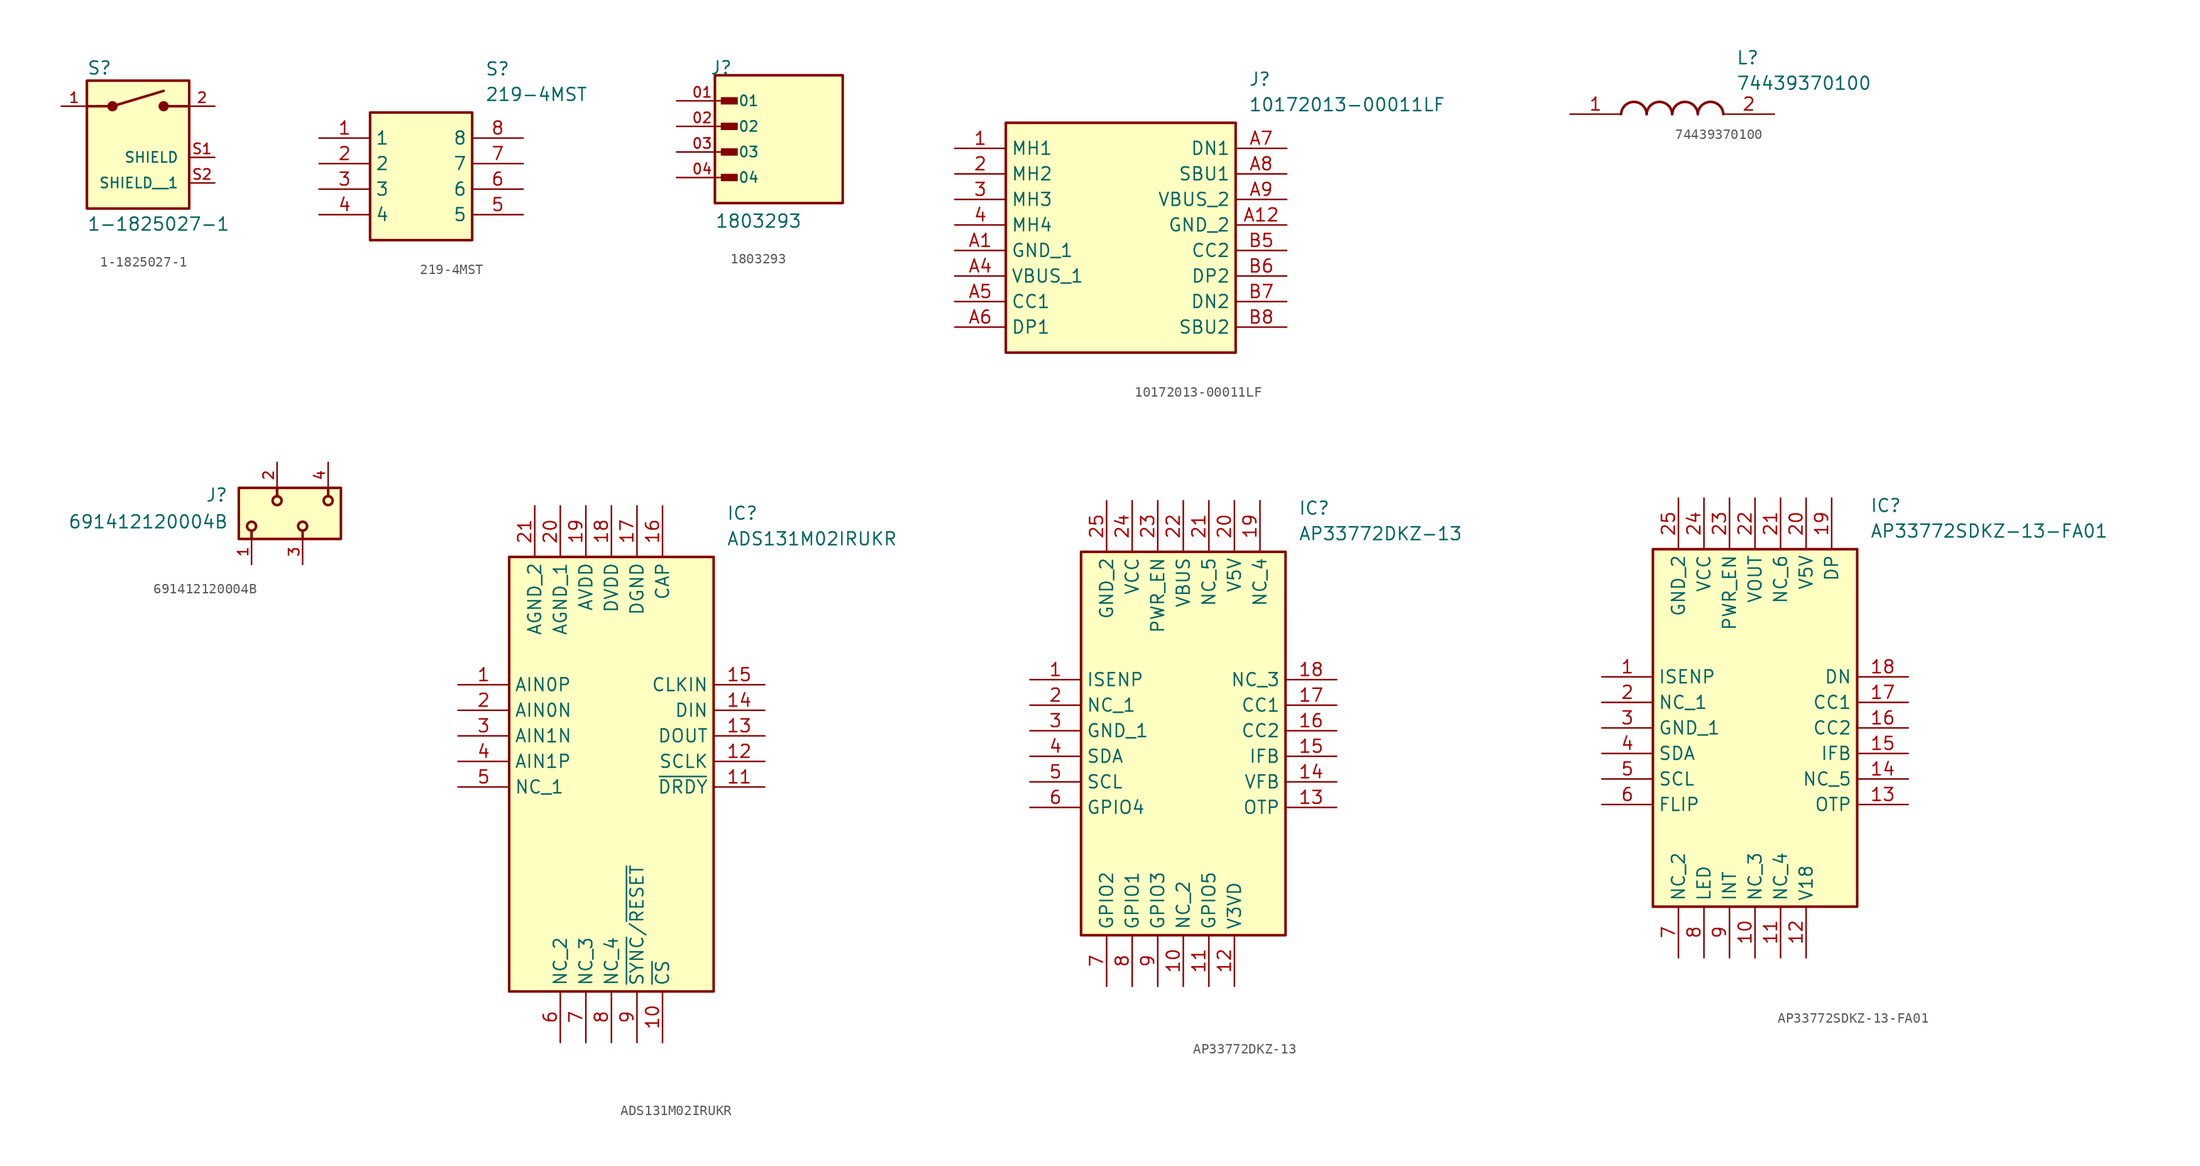
<source format=kicad_sym>
(kicad_symbol_lib
  (version 20241209)
  (generator "kicad_symbol_editor")
  (generator_version "9.0")
  (symbol "1-1825027-1"
    (pin_names
      (offset 1.016))
    (property "Reference" "S"
      (at -5.084 5.592 0)
      (effects (font (size 1.27 1.27)) (justify left bottom)))
    (property "Value" "1-1825027-1"
      (at -5.083 -9.911 0)
      (effects (font (size 1.27 1.27)) (justify left bottom)))
    (symbol "1-1825027-1_0_0"
      (polyline (pts (xy -5.08 2.54) (xy -2.54 2.54)) (stroke (width 0.254) (type default)) (fill (type none)))
      (rectangle (start -5.08 -7.62) (end 5.08 5.08) (stroke (width 0.254) (type default)) (fill (type background)))
      (circle (center -2.54 2.54) (radius 0.254) (stroke (width 0.508) (type default)) (fill (type none)))
      (polyline (pts (xy -2.54 2.54) (xy 2.54 4.064)) (stroke (width 0.254) (type default)) (fill (type none)))
      (polyline (pts (xy 2.54 2.54) (xy 5.08 2.54)) (stroke (width 0.254) (type default)) (fill (type none)))
      (circle (center 2.54 2.54) (radius 0.254) (stroke (width 0.508) (type default)) (fill (type none)))
      (pin passive line (at -7.62 2.54 0) (length 2.54) (name "~" (effects (font (size 1.016 1.016)))) (number "1" (effects (font (size 1.016 1.016)))))
      (pin passive line (at 7.62 2.54 180) (length 2.54) (name "~" (effects (font (size 1.016 1.016)))) (number "2" (effects (font (size 1.016 1.016)))))
      (pin power_in line (at 7.62 -2.54 180) (length 2.54) (name "SHIELD" (effects (font (size 1.016 1.016)))) (number "S1" (effects (font (size 1.016 1.016)))))
      (pin power_in line (at 7.62 -5.08 180) (length 2.54) (name "SHIELD__1" (effects (font (size 1.016 1.016)))) (number "S2" (effects (font (size 1.016 1.016)))))))
  (symbol "219-4MST"
    (property "Reference" "S"
      (at 16.51 7.62 0)
      (effects (font (size 1.27 1.27)) (justify left top)))
    (property "Value" "219-4MST"
      (at 16.51 5.08 0)
      (effects (font (size 1.27 1.27)) (justify left top)))
    (symbol "219-4MST_1_1"
      (rectangle (start 5.08 2.54) (end 15.24 -10.16) (stroke (width 0.254) (type default)) (fill (type background)))
      (pin passive line (at 0 0 0) (length 5.08) (name "1" (effects (font (size 1.27 1.27)))) (number "1" (effects (font (size 1.27 1.27)))))
      (pin passive line (at 0 -2.54 0) (length 5.08) (name "2" (effects (font (size 1.27 1.27)))) (number "2" (effects (font (size 1.27 1.27)))))
      (pin passive line (at 0 -5.08 0) (length 5.08) (name "3" (effects (font (size 1.27 1.27)))) (number "3" (effects (font (size 1.27 1.27)))))
      (pin passive line (at 0 -7.62 0) (length 5.08) (name "4" (effects (font (size 1.27 1.27)))) (number "4" (effects (font (size 1.27 1.27)))))
      (pin passive line (at 20.32 0 180) (length 5.08) (name "8" (effects (font (size 1.27 1.27)))) (number "8" (effects (font (size 1.27 1.27)))))
      (pin passive line (at 20.32 -2.54 180) (length 5.08) (name "7" (effects (font (size 1.27 1.27)))) (number "7" (effects (font (size 1.27 1.27)))))
      (pin passive line (at 20.32 -5.08 180) (length 5.08) (name "6" (effects (font (size 1.27 1.27)))) (number "6" (effects (font (size 1.27 1.27)))))
      (pin passive line (at 20.32 -7.62 180) (length 5.08) (name "5" (effects (font (size 1.27 1.27)))) (number "5" (effects (font (size 1.27 1.27)))))))
  (symbol "1803293"
    (pin_names
      (offset 1.016))
    (property "Reference" "J"
      (at -6.85 7.62 0)
      (effects (font (size 1.27 1.27)) (justify left bottom)))
    (property "Value" "1803293"
      (at -6.35 -7.62 0)
      (effects (font (size 1.27 1.27)) (justify left bottom)))
    (symbol "1803293_0_0"
      (rectangle (start -6.35 7.62) (end 6.35 -5.08) (stroke (width 0.254) (type default)) (fill (type background)))
      (rectangle (start -5.715 4.763) (end -4.128 5.397) (stroke (width 0.1) (type default)) (fill (type outline)))
      (rectangle (start -5.715 2.223) (end -4.128 2.857) (stroke (width 0.1) (type default)) (fill (type outline)))
      (rectangle (start -5.715 -0.318) (end -4.128 0.318) (stroke (width 0.1) (type default)) (fill (type outline)))
      (rectangle (start -5.715 -2.857) (end -4.128 -2.223) (stroke (width 0.1) (type default)) (fill (type outline)))
      (pin passive line (at -10.16 5.08 0) (length 5.08) (name "01" (effects (font (size 1.016 1.016)))) (number "01" (effects (font (size 1.016 1.016)))))
      (pin passive line (at -10.16 2.54 0) (length 5.08) (name "02" (effects (font (size 1.016 1.016)))) (number "02" (effects (font (size 1.016 1.016)))))
      (pin passive line (at -10.16 0 0) (length 5.08) (name "03" (effects (font (size 1.016 1.016)))) (number "03" (effects (font (size 1.016 1.016)))))
      (pin passive line (at -10.16 -2.54 0) (length 5.08) (name "04" (effects (font (size 1.016 1.016)))) (number "04" (effects (font (size 1.016 1.016)))))))
  (symbol "10172013-00011LF"
    (property "Reference" "J"
      (at 29.21 7.62 0)
      (effects (font (size 1.27 1.27)) (justify left top)))
    (property "Value" "10172013-00011LF"
      (at 29.21 5.08 0)
      (effects (font (size 1.27 1.27)) (justify left top)))
    (symbol "10172013-00011LF_1_1"
      (rectangle (start 5.08 2.54) (end 27.94 -20.32) (stroke (width 0.254) (type default)) (fill (type background)))
      (pin passive line (at 0 0 0) (length 5.08) (name "MH1" (effects (font (size 1.27 1.27)))) (number "1" (effects (font (size 1.27 1.27)))))
      (pin passive line (at 0 -2.54 0) (length 5.08) (name "MH2" (effects (font (size 1.27 1.27)))) (number "2" (effects (font (size 1.27 1.27)))))
      (pin passive line (at 0 -5.08 0) (length 5.08) (name "MH3" (effects (font (size 1.27 1.27)))) (number "3" (effects (font (size 1.27 1.27)))))
      (pin passive line (at 0 -7.62 0) (length 5.08) (name "MH4" (effects (font (size 1.27 1.27)))) (number "4" (effects (font (size 1.27 1.27)))))
      (pin passive line (at 0 -10.16 0) (length 5.08) (name "GND_1" (effects (font (size 1.27 1.27)))) (number "A1" (effects (font (size 1.27 1.27)))))
      (pin passive line (at 0 -12.7 0) (length 5.08) (name "VBUS_1" (effects (font (size 1.27 1.27)))) (number "A4" (effects (font (size 1.27 1.27)))))
      (pin passive line (at 0 -15.24 0) (length 5.08) (name "CC1" (effects (font (size 1.27 1.27)))) (number "A5" (effects (font (size 1.27 1.27)))))
      (pin passive line (at 0 -17.78 0) (length 5.08) (name "DP1" (effects (font (size 1.27 1.27)))) (number "A6" (effects (font (size 1.27 1.27)))))
      (pin passive line (at 33.02 0 180) (length 5.08) (name "DN1" (effects (font (size 1.27 1.27)))) (number "A7" (effects (font (size 1.27 1.27)))))
      (pin passive line (at 33.02 -2.54 180) (length 5.08) (name "SBU1" (effects (font (size 1.27 1.27)))) (number "A8" (effects (font (size 1.27 1.27)))))
      (pin passive line (at 33.02 -5.08 180) (length 5.08) (name "VBUS_2" (effects (font (size 1.27 1.27)))) (number "A9" (effects (font (size 1.27 1.27)))))
      (pin passive line (at 33.02 -7.62 180) (length 5.08) (name "GND_2" (effects (font (size 1.27 1.27)))) (number "A12" (effects (font (size 1.27 1.27)))))
      (pin passive line (at 33.02 -10.16 180) (length 5.08) (name "CC2" (effects (font (size 1.27 1.27)))) (number "B5" (effects (font (size 1.27 1.27)))))
      (pin passive line (at 33.02 -12.7 180) (length 5.08) (name "DP2" (effects (font (size 1.27 1.27)))) (number "B6" (effects (font (size 1.27 1.27)))))
      (pin passive line (at 33.02 -15.24 180) (length 5.08) (name "DN2" (effects (font (size 1.27 1.27)))) (number "B7" (effects (font (size 1.27 1.27)))))
      (pin passive line (at 33.02 -17.78 180) (length 5.08) (name "SBU2" (effects (font (size 1.27 1.27)))) (number "B8" (effects (font (size 1.27 1.27)))))))
  (symbol "74439370100"
    (pin_names
      (hide yes))
    (property "Reference" "L"
      (at 16.51 6.35 0)
      (effects (font (size 1.27 1.27)) (justify left top)))
    (property "Value" "74439370100"
      (at 16.51 3.81 0)
      (effects (font (size 1.27 1.27)) (justify left top)))
    (symbol "74439370100_1_1"
      (arc (start 5.08 0) (mid 6.35 1.219) (end 7.62 0) (stroke (width 0.254) (type default)) (fill (type none)))
      (arc (start 7.62 0) (mid 8.89 1.219) (end 10.16 0) (stroke (width 0.254) (type default)) (fill (type none)))
      (arc (start 10.16 0) (mid 11.43 1.219) (end 12.7 0) (stroke (width 0.254) (type default)) (fill (type none)))
      (arc (start 12.7 0) (mid 13.97 1.219) (end 15.24 0) (stroke (width 0.254) (type default)) (fill (type none)))
      (pin passive line (at 0 0 0) (length 5.08) (name "1" (effects (font (size 1.27 1.27)))) (number "1" (effects (font (size 1.27 1.27)))))
      (pin passive line (at 20.32 0 180) (length 5.08) (name "2" (effects (font (size 1.27 1.27)))) (number "2" (effects (font (size 1.27 1.27)))))))
  (symbol "691412120004B"
    (pin_names
      (offset 1.016))
    (property "Reference" "J"
      (at -4.88 1.078 0)
      (effects (font (size 1.27 1.27)) (justify right bottom)))
    (property "Value" "691412120004B"
      (at -4.83 -1.58 0)
      (effects (font (size 1.27 1.27)) (justify right bottom)))
    (symbol "691412120004B_0_0"
      (rectangle (start -3.81 -2.54) (end 6.35 2.54) (stroke (width 0.254) (type default)) (fill (type background)))
      (circle (center -2.54 -1.27) (radius 0.445) (stroke (width 0.254) (type default)) (fill (type none)))
      (polyline (pts (xy -2.54 -1.705) (xy -2.54 -2.54)) (stroke (width 0.254) (type default)) (fill (type none)))
      (polyline (pts (xy 0 1.705) (xy 0 2.54)) (stroke (width 0.254) (type default)) (fill (type none)))
      (circle (center 0 1.27) (radius 0.445) (stroke (width 0.254) (type default)) (fill (type none)))
      (circle (center 2.54 -1.27) (radius 0.445) (stroke (width 0.254) (type default)) (fill (type none)))
      (polyline (pts (xy 2.54 -1.705) (xy 2.54 -2.54)) (stroke (width 0.254) (type default)) (fill (type none)))
      (polyline (pts (xy 5.08 1.705) (xy 5.08 2.54)) (stroke (width 0.254) (type default)) (fill (type none)))
      (circle (center 5.08 1.27) (radius 0.445) (stroke (width 0.254) (type default)) (fill (type none)))
      (pin passive line (at -2.54 -5.08 90) (length 2.54) (name "~" (effects (font (size 1.016 1.016)))) (number "1" (effects (font (size 1.016 1.016)))))
      (pin passive line (at 0 5.08 270) (length 2.54) (name "~" (effects (font (size 1.016 1.016)))) (number "2" (effects (font (size 1.016 1.016)))))
      (pin passive line (at 2.54 -5.08 90) (length 2.54) (name "~" (effects (font (size 1.016 1.016)))) (number "3" (effects (font (size 1.016 1.016)))))
      (pin passive line (at 5.08 5.08 270) (length 2.54) (name "~" (effects (font (size 1.016 1.016)))) (number "4" (effects (font (size 1.016 1.016)))))))
  (symbol "ADS131M02IRUKR"
    (property "Reference" "IC"
      (at 26.67 17.78 0)
      (effects (font (size 1.27 1.27)) (justify left top)))
    (property "Value" "ADS131M02IRUKR"
      (at 26.67 15.24 0)
      (effects (font (size 1.27 1.27)) (justify left top)))
    (symbol "ADS131M02IRUKR_1_1"
      (rectangle (start 5.08 12.7) (end 25.4 -30.48) (stroke (width 0.254) (type default)) (fill (type background)))
      (pin passive line (at 0 0 0) (length 5.08) (name "AIN0P" (effects (font (size 1.27 1.27)))) (number "1" (effects (font (size 1.27 1.27)))))
      (pin passive line (at 0 -2.54 0) (length 5.08) (name "AIN0N" (effects (font (size 1.27 1.27)))) (number "2" (effects (font (size 1.27 1.27)))))
      (pin passive line (at 0 -5.08 0) (length 5.08) (name "AIN1N" (effects (font (size 1.27 1.27)))) (number "3" (effects (font (size 1.27 1.27)))))
      (pin passive line (at 0 -7.62 0) (length 5.08) (name "AIN1P" (effects (font (size 1.27 1.27)))) (number "4" (effects (font (size 1.27 1.27)))))
      (pin passive line (at 0 -10.16 0) (length 5.08) (name "NC_1" (effects (font (size 1.27 1.27)))) (number "5" (effects (font (size 1.27 1.27)))))
      (pin passive line (at 7.62 17.78 270) (length 5.08) (name "AGND_2" (effects (font (size 1.27 1.27)))) (number "21" (effects (font (size 1.27 1.27)))))
      (pin passive line (at 10.16 17.78 270) (length 5.08) (name "AGND_1" (effects (font (size 1.27 1.27)))) (number "20" (effects (font (size 1.27 1.27)))))
      (pin passive line (at 10.16 -35.56 90) (length 5.08) (name "NC_2" (effects (font (size 1.27 1.27)))) (number "6" (effects (font (size 1.27 1.27)))))
      (pin passive line (at 12.7 17.78 270) (length 5.08) (name "AVDD" (effects (font (size 1.27 1.27)))) (number "19" (effects (font (size 1.27 1.27)))))
      (pin passive line (at 12.7 -35.56 90) (length 5.08) (name "NC_3" (effects (font (size 1.27 1.27)))) (number "7" (effects (font (size 1.27 1.27)))))
      (pin passive line (at 15.24 17.78 270) (length 5.08) (name "DVDD" (effects (font (size 1.27 1.27)))) (number "18" (effects (font (size 1.27 1.27)))))
      (pin passive line (at 15.24 -35.56 90) (length 5.08) (name "NC_4" (effects (font (size 1.27 1.27)))) (number "8" (effects (font (size 1.27 1.27)))))
      (pin passive line (at 17.78 17.78 270) (length 5.08) (name "DGND" (effects (font (size 1.27 1.27)))) (number "17" (effects (font (size 1.27 1.27)))))
      (pin passive line (at 17.78 -35.56 90) (length 5.08) (name "~{SYNC}/~{RESET}" (effects (font (size 1.27 1.27)))) (number "9" (effects (font (size 1.27 1.27)))))
      (pin passive line (at 20.32 17.78 270) (length 5.08) (name "CAP" (effects (font (size 1.27 1.27)))) (number "16" (effects (font (size 1.27 1.27)))))
      (pin passive line (at 20.32 -35.56 90) (length 5.08) (name "~{CS}" (effects (font (size 1.27 1.27)))) (number "10" (effects (font (size 1.27 1.27)))))
      (pin passive line (at 30.48 0 180) (length 5.08) (name "CLKIN" (effects (font (size 1.27 1.27)))) (number "15" (effects (font (size 1.27 1.27)))))
      (pin passive line (at 30.48 -2.54 180) (length 5.08) (name "DIN" (effects (font (size 1.27 1.27)))) (number "14" (effects (font (size 1.27 1.27)))))
      (pin passive line (at 30.48 -5.08 180) (length 5.08) (name "DOUT" (effects (font (size 1.27 1.27)))) (number "13" (effects (font (size 1.27 1.27)))))
      (pin passive line (at 30.48 -7.62 180) (length 5.08) (name "SCLK" (effects (font (size 1.27 1.27)))) (number "12" (effects (font (size 1.27 1.27)))))
      (pin passive line (at 30.48 -10.16 180) (length 5.08) (name "~{DRDY}" (effects (font (size 1.27 1.27)))) (number "11" (effects (font (size 1.27 1.27)))))))
  (symbol "AP33772DKZ-13"
    (property "Reference" "IC"
      (at 26.67 17.78 0)
      (effects (font (size 1.27 1.27)) (justify left top)))
    (property "Value" "AP33772DKZ-13"
      (at 26.67 15.24 0)
      (effects (font (size 1.27 1.27)) (justify left top)))
    (symbol "AP33772DKZ-13_1_1"
      (rectangle (start 5.08 12.7) (end 25.4 -25.4) (stroke (width 0.254) (type default)) (fill (type background)))
      (pin passive line (at 0 0 0) (length 5.08) (name "ISENP" (effects (font (size 1.27 1.27)))) (number "1" (effects (font (size 1.27 1.27)))))
      (pin passive line (at 0 -2.54 0) (length 5.08) (name "NC_1" (effects (font (size 1.27 1.27)))) (number "2" (effects (font (size 1.27 1.27)))))
      (pin passive line (at 0 -5.08 0) (length 5.08) (name "GND_1" (effects (font (size 1.27 1.27)))) (number "3" (effects (font (size 1.27 1.27)))))
      (pin passive line (at 0 -7.62 0) (length 5.08) (name "SDA" (effects (font (size 1.27 1.27)))) (number "4" (effects (font (size 1.27 1.27)))))
      (pin passive line (at 0 -10.16 0) (length 5.08) (name "SCL" (effects (font (size 1.27 1.27)))) (number "5" (effects (font (size 1.27 1.27)))))
      (pin passive line (at 0 -12.7 0) (length 5.08) (name "GPIO4" (effects (font (size 1.27 1.27)))) (number "6" (effects (font (size 1.27 1.27)))))
      (pin passive line (at 7.62 17.78 270) (length 5.08) (name "GND_2" (effects (font (size 1.27 1.27)))) (number "25" (effects (font (size 1.27 1.27)))))
      (pin passive line (at 7.62 -30.48 90) (length 5.08) (name "GPIO2" (effects (font (size 1.27 1.27)))) (number "7" (effects (font (size 1.27 1.27)))))
      (pin passive line (at 10.16 17.78 270) (length 5.08) (name "VCC" (effects (font (size 1.27 1.27)))) (number "24" (effects (font (size 1.27 1.27)))))
      (pin passive line (at 10.16 -30.48 90) (length 5.08) (name "GPIO1" (effects (font (size 1.27 1.27)))) (number "8" (effects (font (size 1.27 1.27)))))
      (pin passive line (at 12.7 17.78 270) (length 5.08) (name "PWR_EN" (effects (font (size 1.27 1.27)))) (number "23" (effects (font (size 1.27 1.27)))))
      (pin passive line (at 12.7 -30.48 90) (length 5.08) (name "GPIO3" (effects (font (size 1.27 1.27)))) (number "9" (effects (font (size 1.27 1.27)))))
      (pin passive line (at 15.24 17.78 270) (length 5.08) (name "VBUS" (effects (font (size 1.27 1.27)))) (number "22" (effects (font (size 1.27 1.27)))))
      (pin passive line (at 15.24 -30.48 90) (length 5.08) (name "NC_2" (effects (font (size 1.27 1.27)))) (number "10" (effects (font (size 1.27 1.27)))))
      (pin passive line (at 17.78 17.78 270) (length 5.08) (name "NC_5" (effects (font (size 1.27 1.27)))) (number "21" (effects (font (size 1.27 1.27)))))
      (pin passive line (at 17.78 -30.48 90) (length 5.08) (name "GPIO5" (effects (font (size 1.27 1.27)))) (number "11" (effects (font (size 1.27 1.27)))))
      (pin passive line (at 20.32 17.78 270) (length 5.08) (name "V5V" (effects (font (size 1.27 1.27)))) (number "20" (effects (font (size 1.27 1.27)))))
      (pin passive line (at 20.32 -30.48 90) (length 5.08) (name "V3VD" (effects (font (size 1.27 1.27)))) (number "12" (effects (font (size 1.27 1.27)))))
      (pin passive line (at 22.86 17.78 270) (length 5.08) (name "NC_4" (effects (font (size 1.27 1.27)))) (number "19" (effects (font (size 1.27 1.27)))))
      (pin passive line (at 30.48 0 180) (length 5.08) (name "NC_3" (effects (font (size 1.27 1.27)))) (number "18" (effects (font (size 1.27 1.27)))))
      (pin passive line (at 30.48 -2.54 180) (length 5.08) (name "CC1" (effects (font (size 1.27 1.27)))) (number "17" (effects (font (size 1.27 1.27)))))
      (pin passive line (at 30.48 -5.08 180) (length 5.08) (name "CC2" (effects (font (size 1.27 1.27)))) (number "16" (effects (font (size 1.27 1.27)))))
      (pin passive line (at 30.48 -7.62 180) (length 5.08) (name "IFB" (effects (font (size 1.27 1.27)))) (number "15" (effects (font (size 1.27 1.27)))))
      (pin passive line (at 30.48 -10.16 180) (length 5.08) (name "VFB" (effects (font (size 1.27 1.27)))) (number "14" (effects (font (size 1.27 1.27)))))
      (pin passive line (at 30.48 -12.7 180) (length 5.08) (name "OTP" (effects (font (size 1.27 1.27)))) (number "13" (effects (font (size 1.27 1.27)))))))
  (symbol "AP33772SDKZ-13-FA01"
    (property "Reference" "IC"
      (at 26.67 17.78 0)
      (effects (font (size 1.27 1.27)) (justify left top)))
    (property "Value" "AP33772SDKZ-13-FA01"
      (at 26.67 15.24 0)
      (effects (font (size 1.27 1.27)) (justify left top)))
    (symbol "AP33772SDKZ-13-FA01_1_1"
      (rectangle (start 5.08 12.7) (end 25.4 -22.86) (stroke (width 0.254) (type default)) (fill (type background)))
      (pin passive line (at 0 0 0) (length 5.08) (name "ISENP" (effects (font (size 1.27 1.27)))) (number "1" (effects (font (size 1.27 1.27)))))
      (pin passive line (at 0 -2.54 0) (length 5.08) (name "NC_1" (effects (font (size 1.27 1.27)))) (number "2" (effects (font (size 1.27 1.27)))))
      (pin passive line (at 0 -5.08 0) (length 5.08) (name "GND_1" (effects (font (size 1.27 1.27)))) (number "3" (effects (font (size 1.27 1.27)))))
      (pin passive line (at 0 -7.62 0) (length 5.08) (name "SDA" (effects (font (size 1.27 1.27)))) (number "4" (effects (font (size 1.27 1.27)))))
      (pin passive line (at 0 -10.16 0) (length 5.08) (name "SCL" (effects (font (size 1.27 1.27)))) (number "5" (effects (font (size 1.27 1.27)))))
      (pin passive line (at 0 -12.7 0) (length 5.08) (name "FLIP" (effects (font (size 1.27 1.27)))) (number "6" (effects (font (size 1.27 1.27)))))
      (pin passive line (at 7.62 17.78 270) (length 5.08) (name "GND_2" (effects (font (size 1.27 1.27)))) (number "25" (effects (font (size 1.27 1.27)))))
      (pin passive line (at 7.62 -27.94 90) (length 5.08) (name "NC_2" (effects (font (size 1.27 1.27)))) (number "7" (effects (font (size 1.27 1.27)))))
      (pin passive line (at 10.16 17.78 270) (length 5.08) (name "VCC" (effects (font (size 1.27 1.27)))) (number "24" (effects (font (size 1.27 1.27)))))
      (pin passive line (at 10.16 -27.94 90) (length 5.08) (name "LED" (effects (font (size 1.27 1.27)))) (number "8" (effects (font (size 1.27 1.27)))))
      (pin passive line (at 12.7 17.78 270) (length 5.08) (name "PWR_EN" (effects (font (size 1.27 1.27)))) (number "23" (effects (font (size 1.27 1.27)))))
      (pin passive line (at 12.7 -27.94 90) (length 5.08) (name "INT" (effects (font (size 1.27 1.27)))) (number "9" (effects (font (size 1.27 1.27)))))
      (pin passive line (at 15.24 17.78 270) (length 5.08) (name "VOUT" (effects (font (size 1.27 1.27)))) (number "22" (effects (font (size 1.27 1.27)))))
      (pin passive line (at 15.24 -27.94 90) (length 5.08) (name "NC_3" (effects (font (size 1.27 1.27)))) (number "10" (effects (font (size 1.27 1.27)))))
      (pin passive line (at 17.78 17.78 270) (length 5.08) (name "NC_6" (effects (font (size 1.27 1.27)))) (number "21" (effects (font (size 1.27 1.27)))))
      (pin passive line (at 17.78 -27.94 90) (length 5.08) (name "NC_4" (effects (font (size 1.27 1.27)))) (number "11" (effects (font (size 1.27 1.27)))))
      (pin passive line (at 20.32 17.78 270) (length 5.08) (name "V5V" (effects (font (size 1.27 1.27)))) (number "20" (effects (font (size 1.27 1.27)))))
      (pin passive line (at 20.32 -27.94 90) (length 5.08) (name "V18" (effects (font (size 1.27 1.27)))) (number "12" (effects (font (size 1.27 1.27)))))
      (pin passive line (at 22.86 17.78 270) (length 5.08) (name "DP" (effects (font (size 1.27 1.27)))) (number "19" (effects (font (size 1.27 1.27)))))
      (pin passive line (at 30.48 0 180) (length 5.08) (name "DN" (effects (font (size 1.27 1.27)))) (number "18" (effects (font (size 1.27 1.27)))))
      (pin passive line (at 30.48 -2.54 180) (length 5.08) (name "CC1" (effects (font (size 1.27 1.27)))) (number "17" (effects (font (size 1.27 1.27)))))
      (pin passive line (at 30.48 -5.08 180) (length 5.08) (name "CC2" (effects (font (size 1.27 1.27)))) (number "16" (effects (font (size 1.27 1.27)))))
      (pin passive line (at 30.48 -7.62 180) (length 5.08) (name "IFB" (effects (font (size 1.27 1.27)))) (number "15" (effects (font (size 1.27 1.27)))))
      (pin passive line (at 30.48 -10.16 180) (length 5.08) (name "NC_5" (effects (font (size 1.27 1.27)))) (number "14" (effects (font (size 1.27 1.27)))))
      (pin passive line (at 30.48 -12.7 180) (length 5.08) (name "OTP" (effects (font (size 1.27 1.27)))) (number "13" (effects (font (size 1.27 1.27))))))))
</source>
